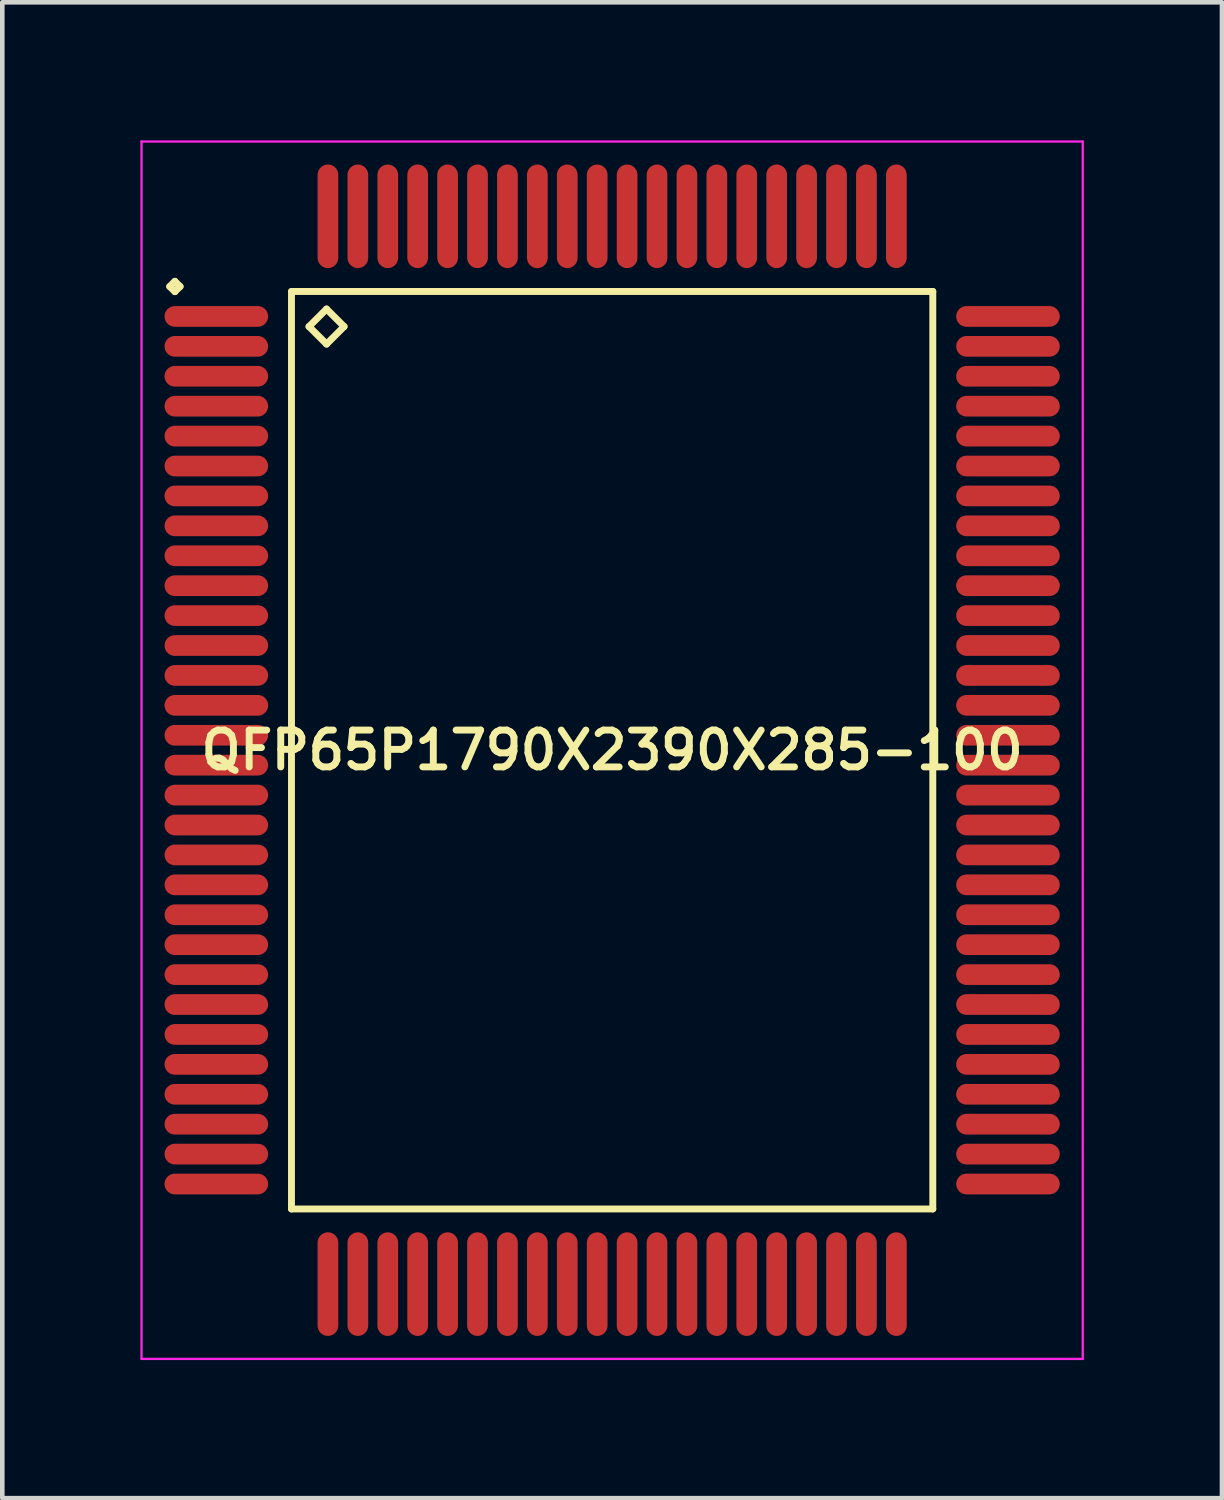
<source format=kicad_pcb>
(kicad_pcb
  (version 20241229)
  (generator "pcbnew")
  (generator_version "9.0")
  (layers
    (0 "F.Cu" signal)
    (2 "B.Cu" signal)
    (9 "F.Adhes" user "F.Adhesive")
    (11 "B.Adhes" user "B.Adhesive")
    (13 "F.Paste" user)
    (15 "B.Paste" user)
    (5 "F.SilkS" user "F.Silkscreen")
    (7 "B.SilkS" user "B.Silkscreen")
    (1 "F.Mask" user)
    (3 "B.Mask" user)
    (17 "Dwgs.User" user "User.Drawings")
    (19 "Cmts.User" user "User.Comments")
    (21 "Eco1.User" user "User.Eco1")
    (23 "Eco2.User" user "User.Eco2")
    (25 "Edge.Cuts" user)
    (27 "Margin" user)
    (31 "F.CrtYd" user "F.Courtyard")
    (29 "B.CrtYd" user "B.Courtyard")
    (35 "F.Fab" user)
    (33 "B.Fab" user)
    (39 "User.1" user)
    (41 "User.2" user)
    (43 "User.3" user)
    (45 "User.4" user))
  (footprint "QFP65P1790X2390X285-100"
    (layer "F.Cu")
    (at 10.25 13.25)
    (property "Reference" "QFP65P1790X2390X285-100" (at 0 0 0) (layer "F.SilkS") (effects (font (size 0.8 0.8) (thickness 0.15))))
    (attr smd)
    (fp_line (start -9.613 -10.075) (end -9.5 -10.188) (stroke (width 0.15) (type solid)) (layer "F.SilkS"))
    (fp_line (start -9.5 -10.188) (end -9.387 -10.075) (stroke (width 0.15) (type solid)) (layer "F.SilkS"))
    (fp_line (start -9.5 -9.963) (end -9.613 -10.075) (stroke (width 0.15) (type solid)) (layer "F.SilkS"))
    (fp_line (start -9.387 -10.075) (end -9.5 -9.963) (stroke (width 0.15) (type solid)) (layer "F.SilkS"))
    (fp_line (start -6.967 -9.967) (end -6.967 9.967) (stroke (width 0.15) (type solid)) (layer "F.SilkS"))
    (fp_line (start -6.967 9.967) (end 6.967 9.967) (stroke (width 0.15) (type solid)) (layer "F.SilkS"))
    (fp_line (start -6.586 -9.205) (end -6.205 -9.586) (stroke (width 0.15) (type solid)) (layer "F.SilkS"))
    (fp_line (start -6.205 -9.586) (end -5.824 -9.205) (stroke (width 0.15) (type solid)) (layer "F.SilkS"))
    (fp_line (start -6.205 -8.824) (end -6.586 -9.205) (stroke (width 0.15) (type solid)) (layer "F.SilkS"))
    (fp_line (start -5.824 -9.205) (end -6.205 -8.824) (stroke (width 0.15) (type solid)) (layer "F.SilkS"))
    (fp_line (start 6.967 -9.967) (end -6.967 -9.967) (stroke (width 0.15) (type solid)) (layer "F.SilkS"))
    (fp_line (start 6.967 9.967) (end 6.967 -9.967) (stroke (width 0.15) (type solid)) (layer "F.SilkS"))
    (fp_line (start -10.225 -13.225) (end 10.225 -13.225) (stroke (width 0.05) (type solid)) (layer "F.CrtYd"))
    (fp_line (start -10.225 13.225) (end -10.225 -13.225) (stroke (width 0.05) (type solid)) (layer "F.CrtYd"))
    (fp_line (start 10.225 -13.225) (end 10.225 13.225) (stroke (width 0.05) (type solid)) (layer "F.CrtYd"))
    (fp_line (start 10.225 13.225) (end -10.225 13.225) (stroke (width 0.05) (type solid)) (layer "F.CrtYd"))
    (pad "1" smd oval (at -8.6 -9.425) (size 2.25 0.45) (layers "F.Cu" "F.Mask" "F.Paste"))
    (pad "2" smd oval (at -8.6 -8.775) (size 2.25 0.45) (layers "F.Cu" "F.Mask" "F.Paste"))
    (pad "3" smd oval (at -8.6 -8.125) (size 2.25 0.45) (layers "F.Cu" "F.Mask" "F.Paste"))
    (pad "4" smd oval (at -8.6 -7.475) (size 2.25 0.45) (layers "F.Cu" "F.Mask" "F.Paste"))
    (pad "5" smd oval (at -8.6 -6.825) (size 2.25 0.45) (layers "F.Cu" "F.Mask" "F.Paste"))
    (pad "6" smd oval (at -8.6 -6.175) (size 2.25 0.45) (layers "F.Cu" "F.Mask" "F.Paste"))
    (pad "7" smd oval (at -8.6 -5.525) (size 2.25 0.45) (layers "F.Cu" "F.Mask" "F.Paste"))
    (pad "8" smd oval (at -8.6 -4.875) (size 2.25 0.45) (layers "F.Cu" "F.Mask" "F.Paste"))
    (pad "9" smd oval (at -8.6 -4.225) (size 2.25 0.45) (layers "F.Cu" "F.Mask" "F.Paste"))
    (pad "10" smd oval (at -8.6 -3.575) (size 2.25 0.45) (layers "F.Cu" "F.Mask" "F.Paste"))
    (pad "11" smd oval (at -8.6 -2.925) (size 2.25 0.45) (layers "F.Cu" "F.Mask" "F.Paste"))
    (pad "12" smd oval (at -8.6 -2.275) (size 2.25 0.45) (layers "F.Cu" "F.Mask" "F.Paste"))
    (pad "13" smd oval (at -8.6 -1.625) (size 2.25 0.45) (layers "F.Cu" "F.Mask" "F.Paste"))
    (pad "14" smd oval (at -8.6 -0.975) (size 2.25 0.45) (layers "F.Cu" "F.Mask" "F.Paste"))
    (pad "15" smd oval (at -8.6 -0.325) (size 2.25 0.45) (layers "F.Cu" "F.Mask" "F.Paste"))
    (pad "16" smd oval (at -8.6 0.325) (size 2.25 0.45) (layers "F.Cu" "F.Mask" "F.Paste"))
    (pad "17" smd oval (at -8.6 0.975) (size 2.25 0.45) (layers "F.Cu" "F.Mask" "F.Paste"))
    (pad "18" smd oval (at -8.6 1.625) (size 2.25 0.45) (layers "F.Cu" "F.Mask" "F.Paste"))
    (pad "19" smd oval (at -8.6 2.275) (size 2.25 0.45) (layers "F.Cu" "F.Mask" "F.Paste"))
    (pad "20" smd oval (at -8.6 2.925) (size 2.25 0.45) (layers "F.Cu" "F.Mask" "F.Paste"))
    (pad "21" smd oval (at -8.6 3.575) (size 2.25 0.45) (layers "F.Cu" "F.Mask" "F.Paste"))
    (pad "22" smd oval (at -8.6 4.225) (size 2.25 0.45) (layers "F.Cu" "F.Mask" "F.Paste"))
    (pad "23" smd oval (at -8.6 4.875) (size 2.25 0.45) (layers "F.Cu" "F.Mask" "F.Paste"))
    (pad "24" smd oval (at -8.6 5.525) (size 2.25 0.45) (layers "F.Cu" "F.Mask" "F.Paste"))
    (pad "25" smd oval (at -8.6 6.175) (size 2.25 0.45) (layers "F.Cu" "F.Mask" "F.Paste"))
    (pad "26" smd oval (at -8.6 6.825) (size 2.25 0.45) (layers "F.Cu" "F.Mask" "F.Paste"))
    (pad "27" smd oval (at -8.6 7.475) (size 2.25 0.45) (layers "F.Cu" "F.Mask" "F.Paste"))
    (pad "28" smd oval (at -8.6 8.125) (size 2.25 0.45) (layers "F.Cu" "F.Mask" "F.Paste"))
    (pad "29" smd oval (at -8.6 8.775) (size 2.25 0.45) (layers "F.Cu" "F.Mask" "F.Paste"))
    (pad "30" smd oval (at -8.6 9.425) (size 2.25 0.45) (layers "F.Cu" "F.Mask" "F.Paste"))
    (pad "31" smd oval (at -6.175 11.6) (size 0.45 2.25) (layers "F.Cu" "F.Mask" "F.Paste"))
    (pad "32" smd oval (at -5.525 11.6) (size 0.45 2.25) (layers "F.Cu" "F.Mask" "F.Paste"))
    (pad "33" smd oval (at -4.875 11.6) (size 0.45 2.25) (layers "F.Cu" "F.Mask" "F.Paste"))
    (pad "34" smd oval (at -4.225 11.6) (size 0.45 2.25) (layers "F.Cu" "F.Mask" "F.Paste"))
    (pad "35" smd oval (at -3.575 11.6) (size 0.45 2.25) (layers "F.Cu" "F.Mask" "F.Paste"))
    (pad "36" smd oval (at -2.925 11.6) (size 0.45 2.25) (layers "F.Cu" "F.Mask" "F.Paste"))
    (pad "37" smd oval (at -2.275 11.6) (size 0.45 2.25) (layers "F.Cu" "F.Mask" "F.Paste"))
    (pad "38" smd oval (at -1.625 11.6) (size 0.45 2.25) (layers "F.Cu" "F.Mask" "F.Paste"))
    (pad "39" smd oval (at -0.975 11.6) (size 0.45 2.25) (layers "F.Cu" "F.Mask" "F.Paste"))
    (pad "40" smd oval (at -0.325 11.6) (size 0.45 2.25) (layers "F.Cu" "F.Mask" "F.Paste"))
    (pad "41" smd oval (at 0.325 11.6) (size 0.45 2.25) (layers "F.Cu" "F.Mask" "F.Paste"))
    (pad "42" smd oval (at 0.975 11.6) (size 0.45 2.25) (layers "F.Cu" "F.Mask" "F.Paste"))
    (pad "43" smd oval (at 1.625 11.6) (size 0.45 2.25) (layers "F.Cu" "F.Mask" "F.Paste"))
    (pad "44" smd oval (at 2.275 11.6) (size 0.45 2.25) (layers "F.Cu" "F.Mask" "F.Paste"))
    (pad "45" smd oval (at 2.925 11.6) (size 0.45 2.25) (layers "F.Cu" "F.Mask" "F.Paste"))
    (pad "46" smd oval (at 3.575 11.6) (size 0.45 2.25) (layers "F.Cu" "F.Mask" "F.Paste"))
    (pad "47" smd oval (at 4.225 11.6) (size 0.45 2.25) (layers "F.Cu" "F.Mask" "F.Paste"))
    (pad "48" smd oval (at 4.875 11.6) (size 0.45 2.25) (layers "F.Cu" "F.Mask" "F.Paste"))
    (pad "49" smd oval (at 5.525 11.6) (size 0.45 2.25) (layers "F.Cu" "F.Mask" "F.Paste"))
    (pad "50" smd oval (at 6.175 11.6) (size 0.45 2.25) (layers "F.Cu" "F.Mask" "F.Paste"))
    (pad "51" smd oval (at 8.6 9.425) (size 2.25 0.45) (layers "F.Cu" "F.Mask" "F.Paste"))
    (pad "52" smd oval (at 8.6 8.775) (size 2.25 0.45) (layers "F.Cu" "F.Mask" "F.Paste"))
    (pad "53" smd oval (at 8.6 8.125) (size 2.25 0.45) (layers "F.Cu" "F.Mask" "F.Paste"))
    (pad "54" smd oval (at 8.6 7.475) (size 2.25 0.45) (layers "F.Cu" "F.Mask" "F.Paste"))
    (pad "55" smd oval (at 8.6 6.825) (size 2.25 0.45) (layers "F.Cu" "F.Mask" "F.Paste"))
    (pad "56" smd oval (at 8.6 6.175) (size 2.25 0.45) (layers "F.Cu" "F.Mask" "F.Paste"))
    (pad "57" smd oval (at 8.6 5.525) (size 2.25 0.45) (layers "F.Cu" "F.Mask" "F.Paste"))
    (pad "58" smd oval (at 8.6 4.875) (size 2.25 0.45) (layers "F.Cu" "F.Mask" "F.Paste"))
    (pad "59" smd oval (at 8.6 4.225) (size 2.25 0.45) (layers "F.Cu" "F.Mask" "F.Paste"))
    (pad "60" smd oval (at 8.6 3.575) (size 2.25 0.45) (layers "F.Cu" "F.Mask" "F.Paste"))
    (pad "61" smd oval (at 8.6 2.925) (size 2.25 0.45) (layers "F.Cu" "F.Mask" "F.Paste"))
    (pad "62" smd oval (at 8.6 2.275) (size 2.25 0.45) (layers "F.Cu" "F.Mask" "F.Paste"))
    (pad "63" smd oval (at 8.6 1.625) (size 2.25 0.45) (layers "F.Cu" "F.Mask" "F.Paste"))
    (pad "64" smd oval (at 8.6 0.975) (size 2.25 0.45) (layers "F.Cu" "F.Mask" "F.Paste"))
    (pad "65" smd oval (at 8.6 0.325) (size 2.25 0.45) (layers "F.Cu" "F.Mask" "F.Paste"))
    (pad "66" smd oval (at 8.6 -0.325) (size 2.25 0.45) (layers "F.Cu" "F.Mask" "F.Paste"))
    (pad "67" smd oval (at 8.6 -0.975) (size 2.25 0.45) (layers "F.Cu" "F.Mask" "F.Paste"))
    (pad "68" smd oval (at 8.6 -1.625) (size 2.25 0.45) (layers "F.Cu" "F.Mask" "F.Paste"))
    (pad "69" smd oval (at 8.6 -2.275) (size 2.25 0.45) (layers "F.Cu" "F.Mask" "F.Paste"))
    (pad "70" smd oval (at 8.6 -2.925) (size 2.25 0.45) (layers "F.Cu" "F.Mask" "F.Paste"))
    (pad "71" smd oval (at 8.6 -3.575) (size 2.25 0.45) (layers "F.Cu" "F.Mask" "F.Paste"))
    (pad "72" smd oval (at 8.6 -4.225) (size 2.25 0.45) (layers "F.Cu" "F.Mask" "F.Paste"))
    (pad "73" smd oval (at 8.6 -4.875) (size 2.25 0.45) (layers "F.Cu" "F.Mask" "F.Paste"))
    (pad "74" smd oval (at 8.6 -5.525) (size 2.25 0.45) (layers "F.Cu" "F.Mask" "F.Paste"))
    (pad "75" smd oval (at 8.6 -6.175) (size 2.25 0.45) (layers "F.Cu" "F.Mask" "F.Paste"))
    (pad "76" smd oval (at 8.6 -6.825) (size 2.25 0.45) (layers "F.Cu" "F.Mask" "F.Paste"))
    (pad "77" smd oval (at 8.6 -7.475) (size 2.25 0.45) (layers "F.Cu" "F.Mask" "F.Paste"))
    (pad "78" smd oval (at 8.6 -8.125) (size 2.25 0.45) (layers "F.Cu" "F.Mask" "F.Paste"))
    (pad "79" smd oval (at 8.6 -8.775) (size 2.25 0.45) (layers "F.Cu" "F.Mask" "F.Paste"))
    (pad "80" smd oval (at 8.6 -9.425) (size 2.25 0.45) (layers "F.Cu" "F.Mask" "F.Paste"))
    (pad "81" smd oval (at 6.175 -11.6) (size 0.45 2.25) (layers "F.Cu" "F.Mask" "F.Paste"))
    (pad "82" smd oval (at 5.525 -11.6) (size 0.45 2.25) (layers "F.Cu" "F.Mask" "F.Paste"))
    (pad "83" smd oval (at 4.875 -11.6) (size 0.45 2.25) (layers "F.Cu" "F.Mask" "F.Paste"))
    (pad "84" smd oval (at 4.225 -11.6) (size 0.45 2.25) (layers "F.Cu" "F.Mask" "F.Paste"))
    (pad "85" smd oval (at 3.575 -11.6) (size 0.45 2.25) (layers "F.Cu" "F.Mask" "F.Paste"))
    (pad "86" smd oval (at 2.925 -11.6) (size 0.45 2.25) (layers "F.Cu" "F.Mask" "F.Paste"))
    (pad "87" smd oval (at 2.275 -11.6) (size 0.45 2.25) (layers "F.Cu" "F.Mask" "F.Paste"))
    (pad "88" smd oval (at 1.625 -11.6) (size 0.45 2.25) (layers "F.Cu" "F.Mask" "F.Paste"))
    (pad "89" smd oval (at 0.975 -11.6) (size 0.45 2.25) (layers "F.Cu" "F.Mask" "F.Paste"))
    (pad "90" smd oval (at 0.325 -11.6) (size 0.45 2.25) (layers "F.Cu" "F.Mask" "F.Paste"))
    (pad "91" smd oval (at -0.325 -11.6) (size 0.45 2.25) (layers "F.Cu" "F.Mask" "F.Paste"))
    (pad "92" smd oval (at -0.975 -11.6) (size 0.45 2.25) (layers "F.Cu" "F.Mask" "F.Paste"))
    (pad "93" smd oval (at -1.625 -11.6) (size 0.45 2.25) (layers "F.Cu" "F.Mask" "F.Paste"))
    (pad "94" smd oval (at -2.275 -11.6) (size 0.45 2.25) (layers "F.Cu" "F.Mask" "F.Paste"))
    (pad "95" smd oval (at -2.925 -11.6) (size 0.45 2.25) (layers "F.Cu" "F.Mask" "F.Paste"))
    (pad "96" smd oval (at -3.575 -11.6) (size 0.45 2.25) (layers "F.Cu" "F.Mask" "F.Paste"))
    (pad "97" smd oval (at -4.225 -11.6) (size 0.45 2.25) (layers "F.Cu" "F.Mask" "F.Paste"))
    (pad "98" smd oval (at -4.875 -11.6) (size 0.45 2.25) (layers "F.Cu" "F.Mask" "F.Paste"))
    (pad "99" smd oval (at -5.525 -11.6) (size 0.45 2.25) (layers "F.Cu" "F.Mask" "F.Paste"))
    (pad "100" smd oval (at -6.175 -11.6) (size 0.45 2.25) (layers "F.Cu" "F.Mask" "F.Paste")))
  (gr_rect
    (start -3 -3)
    (end 23.5 29.5)
    (stroke (width 0.1) (type default))
    (fill no)
    (layer "Edge.Cuts")))
</source>
